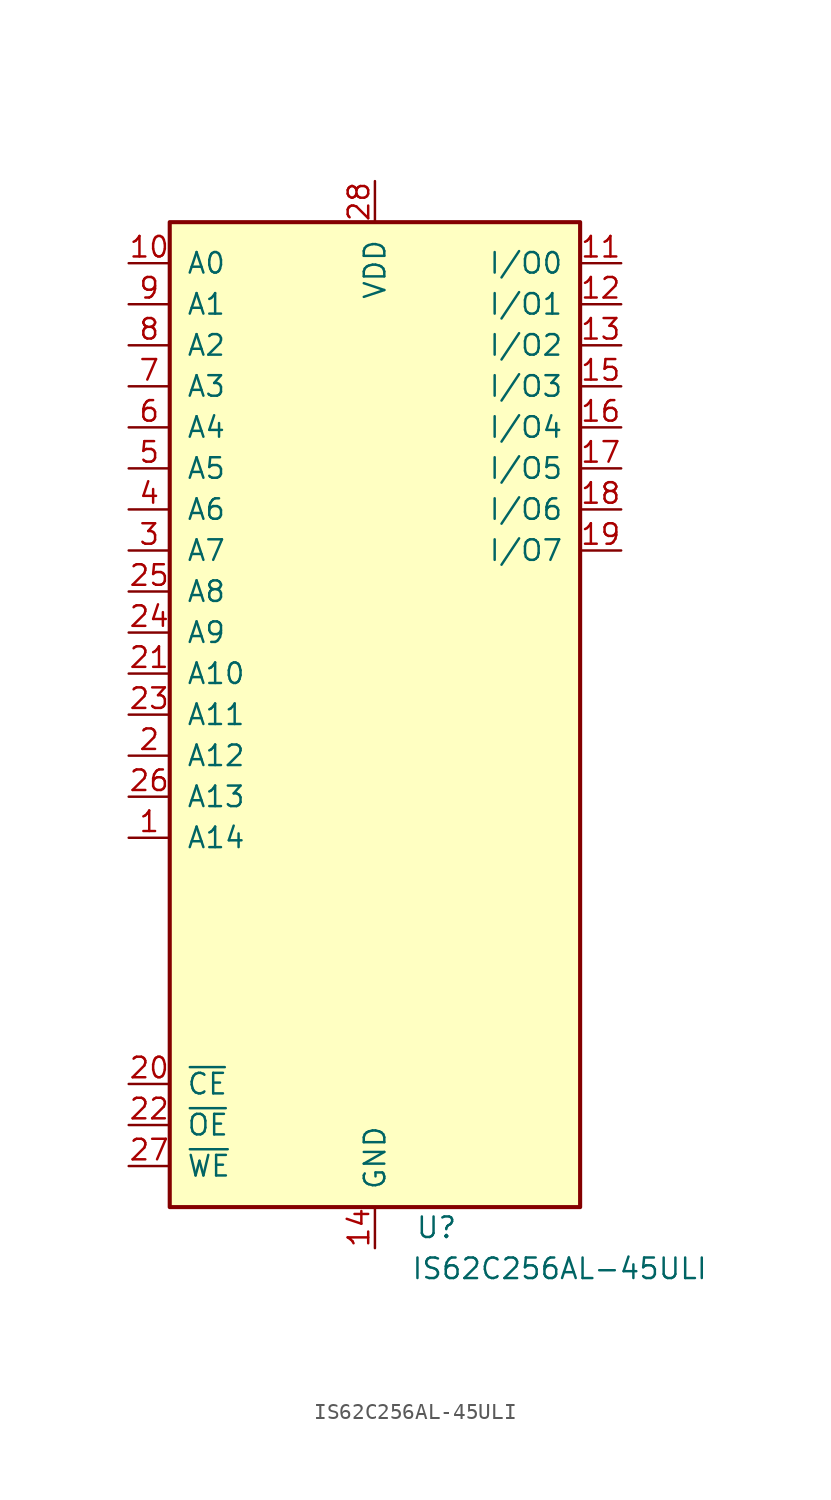
<source format=kicad_sym>
(kicad_symbol_lib
  (version 20211014)
  (generator kicad_symbol_editor)
  (symbol "IS62C256AL-45ULI"
    (pin_names
      (offset 1.016))
    (property "Reference" "U"
      (at 3.81 -31.75 0)
      (effects (font (size 1.27 1.27))))
    (property "Value" "IS62C256AL-45ULI"
      (at 11.43 -34.29 0)
      (effects (font (size 1.27 1.27))))
    (symbol "IS62C256AL-45ULI_1_1"
      (rectangle (start -12.7 30.48) (end 12.7 -30.48) (stroke (width 0.254) (type default) (color 0 0 0 0)) (fill (type background)))
      (pin input line (at -15.24 -7.62 0) (length 2.54) (name "A14" (effects (font (size 1.27 1.27)))) (number "1" (effects (font (size 1.27 1.27)))))
      (pin input line (at -15.24 27.94 0) (length 2.54) (name "A0" (effects (font (size 1.27 1.27)))) (number "10" (effects (font (size 1.27 1.27)))))
      (pin bidirectional line (at 15.24 27.94 180) (length 2.54) (name "I/O0" (effects (font (size 1.27 1.27)))) (number "11" (effects (font (size 1.27 1.27)))))
      (pin bidirectional line (at 15.24 25.4 180) (length 2.54) (name "I/O1" (effects (font (size 1.27 1.27)))) (number "12" (effects (font (size 1.27 1.27)))))
      (pin bidirectional line (at 15.24 22.86 180) (length 2.54) (name "I/O2" (effects (font (size 1.27 1.27)))) (number "13" (effects (font (size 1.27 1.27)))))
      (pin power_in line (at 0 -33.02 90) (length 2.54) (name "GND" (effects (font (size 1.27 1.27)))) (number "14" (effects (font (size 1.27 1.27)))))
      (pin bidirectional line (at 15.24 20.32 180) (length 2.54) (name "I/O3" (effects (font (size 1.27 1.27)))) (number "15" (effects (font (size 1.27 1.27)))))
      (pin bidirectional line (at 15.24 17.78 180) (length 2.54) (name "I/O4" (effects (font (size 1.27 1.27)))) (number "16" (effects (font (size 1.27 1.27)))))
      (pin bidirectional line (at 15.24 15.24 180) (length 2.54) (name "I/O5" (effects (font (size 1.27 1.27)))) (number "17" (effects (font (size 1.27 1.27)))))
      (pin bidirectional line (at 15.24 12.7 180) (length 2.54) (name "I/O6" (effects (font (size 1.27 1.27)))) (number "18" (effects (font (size 1.27 1.27)))))
      (pin bidirectional line (at 15.24 10.16 180) (length 2.54) (name "I/O7" (effects (font (size 1.27 1.27)))) (number "19" (effects (font (size 1.27 1.27)))))
      (pin input line (at -15.24 -2.54 0) (length 2.54) (name "A12" (effects (font (size 1.27 1.27)))) (number "2" (effects (font (size 1.27 1.27)))))
      (pin input line (at -15.24 -22.86 0) (length 2.54) (name "~{CE}" (effects (font (size 1.27 1.27)))) (number "20" (effects (font (size 1.27 1.27)))))
      (pin input line (at -15.24 2.54 0) (length 2.54) (name "A10" (effects (font (size 1.27 1.27)))) (number "21" (effects (font (size 1.27 1.27)))))
      (pin input line (at -15.24 -25.4 0) (length 2.54) (name "~{OE}" (effects (font (size 1.27 1.27)))) (number "22" (effects (font (size 1.27 1.27)))))
      (pin input line (at -15.24 0 0) (length 2.54) (name "A11" (effects (font (size 1.27 1.27)))) (number "23" (effects (font (size 1.27 1.27)))))
      (pin input line (at -15.24 5.08 0) (length 2.54) (name "A9" (effects (font (size 1.27 1.27)))) (number "24" (effects (font (size 1.27 1.27)))))
      (pin input line (at -15.24 7.62 0) (length 2.54) (name "A8" (effects (font (size 1.27 1.27)))) (number "25" (effects (font (size 1.27 1.27)))))
      (pin input line (at -15.24 -5.08 0) (length 2.54) (name "A13" (effects (font (size 1.27 1.27)))) (number "26" (effects (font (size 1.27 1.27)))))
      (pin input line (at -15.24 -27.94 0) (length 2.54) (name "~{WE}" (effects (font (size 1.27 1.27)))) (number "27" (effects (font (size 1.27 1.27)))))
      (pin power_in line (at 0 33.02 270) (length 2.54) (name "VDD" (effects (font (size 1.27 1.27)))) (number "28" (effects (font (size 1.27 1.27)))))
      (pin input line (at -15.24 10.16 0) (length 2.54) (name "A7" (effects (font (size 1.27 1.27)))) (number "3" (effects (font (size 1.27 1.27)))))
      (pin input line (at -15.24 12.7 0) (length 2.54) (name "A6" (effects (font (size 1.27 1.27)))) (number "4" (effects (font (size 1.27 1.27)))))
      (pin input line (at -15.24 15.24 0) (length 2.54) (name "A5" (effects (font (size 1.27 1.27)))) (number "5" (effects (font (size 1.27 1.27)))))
      (pin input line (at -15.24 17.78 0) (length 2.54) (name "A4" (effects (font (size 1.27 1.27)))) (number "6" (effects (font (size 1.27 1.27)))))
      (pin input line (at -15.24 20.32 0) (length 2.54) (name "A3" (effects (font (size 1.27 1.27)))) (number "7" (effects (font (size 1.27 1.27)))))
      (pin input line (at -15.24 22.86 0) (length 2.54) (name "A2" (effects (font (size 1.27 1.27)))) (number "8" (effects (font (size 1.27 1.27)))))
      (pin input line (at -15.24 25.4 0) (length 2.54) (name "A1" (effects (font (size 1.27 1.27)))) (number "9" (effects (font (size 1.27 1.27))))))))
</source>
